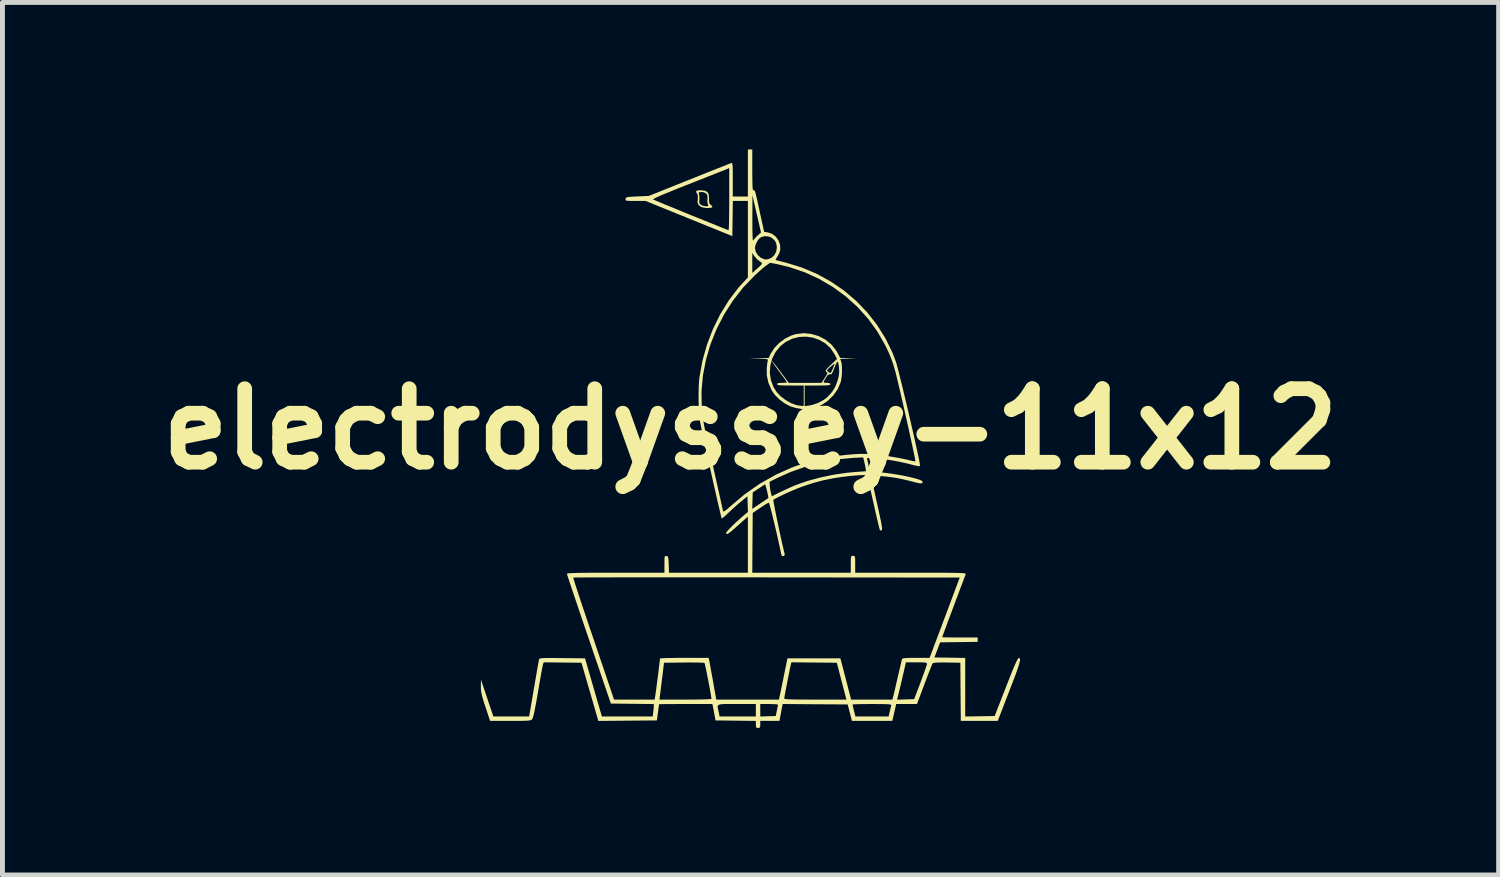
<source format=kicad_pcb>
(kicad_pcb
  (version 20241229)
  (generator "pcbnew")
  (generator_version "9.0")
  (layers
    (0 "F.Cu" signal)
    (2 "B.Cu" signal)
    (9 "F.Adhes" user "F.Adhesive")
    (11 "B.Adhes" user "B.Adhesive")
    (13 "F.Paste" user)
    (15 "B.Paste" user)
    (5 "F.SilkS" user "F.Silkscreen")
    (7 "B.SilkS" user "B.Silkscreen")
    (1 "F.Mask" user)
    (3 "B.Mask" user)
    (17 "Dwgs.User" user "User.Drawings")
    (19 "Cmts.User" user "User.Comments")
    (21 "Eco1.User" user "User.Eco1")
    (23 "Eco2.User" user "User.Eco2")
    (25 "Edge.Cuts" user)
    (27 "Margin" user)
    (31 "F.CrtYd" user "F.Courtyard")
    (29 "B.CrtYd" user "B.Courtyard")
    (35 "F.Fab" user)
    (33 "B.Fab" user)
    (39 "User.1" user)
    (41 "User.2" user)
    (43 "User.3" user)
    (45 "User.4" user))
  (footprint "electrodyssey-11x12"
    (layer "F.Cu")
    (at 12.264 5.703)
    (property "Reference" "electrodyssey-11x12" (at 0 0 0) (layer "F.SilkS") (effects (font (size 1.5 1.5) (thickness 0.3))))
    (attr board_only exclude_from_pos_files exclude_from_bom)
    (fp_poly (pts (xy -0.932 -4.862) (xy -0.879 -4.834) (xy -0.852 -4.782) (xy -0.846 -4.704) (xy -0.846 -4.7) (xy -0.846 -4.638) (xy -0.839 -4.602) (xy -0.821 -4.58) (xy -0.814 -4.576) (xy -0.786 -4.55) (xy -0.778 -4.531) (xy -0.794 -4.517) (xy -0.835 -4.51) (xy -0.89 -4.509) (xy -0.948 -4.515) (xy -0.999 -4.528) (xy -1.017 -4.536) (xy -1.063 -4.574) (xy -1.081 -4.627) (xy -1.076 -4.697) (xy -1.075 -4.765) (xy -1.092 -4.805) (xy -1.102 -4.822) (xy -1.058 -4.822) (xy -1.054 -4.799) (xy -1.051 -4.791) (xy -1.043 -4.745) (xy -1.043 -4.686) (xy -1.044 -4.676) (xy -1.047 -4.625) (xy -1.036 -4.594) (xy -1.012 -4.574) (xy -0.963 -4.552) (xy -0.91 -4.544) (xy -0.87 -4.546) (xy -0.86 -4.557) (xy -0.87 -4.582) (xy -0.881 -4.629) (xy -0.878 -4.691) (xy -0.878 -4.691) (xy -0.878 -4.761) (xy -0.905 -4.808) (xy -0.96 -4.831) (xy -0.998 -4.834) (xy -1.042 -4.832) (xy -1.058 -4.822) (xy -1.102 -4.822) (xy -1.11 -4.839) (xy -1.104 -4.859) (xy -1.071 -4.868) (xy -1.013 -4.87)) (stroke (width 0) (type solid)) (fill yes) (layer "F.SilkS"))
    (fp_poly (pts (xy 1.238 -1.94) (xy 1.388 -1.896) (xy 1.526 -1.824) (xy 1.647 -1.726) (xy 1.744 -1.606) (xy 1.772 -1.558) (xy 1.83 -1.45) (xy 1.997 -1.444) (xy 2.163 -1.438) (xy 1.996 -1.434) (xy 1.829 -1.43) (xy 1.848 -1.381) (xy 1.861 -1.323) (xy 1.866 -1.242) (xy 1.866 -1.149) (xy 1.859 -1.056) (xy 1.845 -0.976) (xy 1.84 -0.957) (xy 1.781 -0.816) (xy 1.691 -0.686) (xy 1.576 -0.574) (xy 1.475 -0.505) (xy 1.428 -0.48) (xy 1.377 -0.46) (xy 1.314 -0.441) (xy 1.231 -0.423) (xy 1.146 -0.406) (xy 1.127 -0.399) (xy 1.115 -0.385) (xy 1.107 -0.355) (xy 1.103 -0.302) (xy 1.1 -0.231) (xy 1.094 -0.063) (xy 1.09 -0.23) (xy 1.088 -0.31) (xy 1.084 -0.36) (xy 1.071 -0.39) (xy 1.042 -0.406) (xy 0.993 -0.417) (xy 0.932 -0.426) (xy 0.818 -0.46) (xy 0.701 -0.52) (xy 0.591 -0.601) (xy 0.496 -0.696) (xy 0.431 -0.79) (xy 0.365 -0.943) (xy 0.332 -1.096) (xy 0.332 -1.142) (xy 0.394 -1.142) (xy 0.416 -0.995) (xy 0.469 -0.855) (xy 0.532 -0.755) (xy 0.616 -0.666) (xy 0.719 -0.588) (xy 0.831 -0.525) (xy 0.944 -0.485) (xy 1.036 -0.472) (xy 1.086 -0.471) (xy 1.086 -0.679) (xy 1.086 -0.887) (xy 1.104 -0.887) (xy 1.104 -0.677) (xy 1.104 -0.466) (xy 1.199 -0.478) (xy 1.269 -0.493) (xy 1.349 -0.52) (xy 1.403 -0.544) (xy 1.493 -0.593) (xy 1.564 -0.646) (xy 1.629 -0.714) (xy 1.673 -0.768) (xy 1.724 -0.852) (xy 1.767 -0.955) (xy 1.798 -1.062) (xy 1.81 -1.158) (xy 1.81 -1.165) (xy 1.807 -1.235) (xy 1.8 -1.299) (xy 1.789 -1.349) (xy 1.778 -1.374) (xy 1.774 -1.376) (xy 1.762 -1.36) (xy 1.741 -1.319) (xy 1.716 -1.259) (xy 1.709 -1.241) (xy 1.682 -1.173) (xy 1.661 -1.133) (xy 1.643 -1.115) (xy 1.624 -1.114) (xy 1.621 -1.115) (xy 1.593 -1.112) (xy 1.566 -1.087) (xy 1.539 -1.046) (xy 1.511 -0.998) (xy 1.492 -0.964) (xy 1.488 -0.955) (xy 1.5 -0.947) (xy 1.537 -0.942) (xy 1.555 -0.941) (xy 1.606 -0.937) (xy 1.628 -0.923) (xy 1.629 -0.914) (xy 1.624 -0.903) (xy 1.606 -0.896) (xy 1.569 -0.891) (xy 1.509 -0.888) (xy 1.419 -0.887) (xy 1.367 -0.887) (xy 1.104 -0.887) (xy 1.086 -0.887) (xy 0.815 -0.887) (xy 0.708 -0.888) (xy 0.633 -0.889) (xy 0.584 -0.893) (xy 0.556 -0.899) (xy 0.545 -0.908) (xy 0.543 -0.914) (xy 0.552 -0.931) (xy 0.583 -0.939) (xy 0.643 -0.941) (xy 0.697 -0.943) (xy 0.733 -0.948) (xy 0.742 -0.953) (xy 0.732 -0.971) (xy 0.704 -1.013) (xy 0.661 -1.072) (xy 0.608 -1.143) (xy 0.587 -1.172) (xy 0.532 -1.246) (xy 0.487 -1.31) (xy 0.455 -1.357) (xy 0.439 -1.383) (xy 0.439 -1.386) (xy 0.451 -1.375) (xy 0.481 -1.339) (xy 0.525 -1.284) (xy 0.579 -1.213) (xy 0.613 -1.167) (xy 0.78 -0.941) (xy 1.114 -0.941) (xy 1.448 -0.941) (xy 1.514 -1.041) (xy 1.549 -1.095) (xy 1.566 -1.128) (xy 1.566 -1.147) (xy 1.552 -1.162) (xy 1.548 -1.166) (xy 1.535 -1.179) (xy 1.534 -1.185) (xy 1.564 -1.185) (xy 1.581 -1.169) (xy 1.583 -1.168) (xy 1.615 -1.147) (xy 1.63 -1.141) (xy 1.643 -1.156) (xy 1.664 -1.195) (xy 1.681 -1.234) (xy 1.702 -1.286) (xy 1.714 -1.322) (xy 1.716 -1.332) (xy 1.701 -1.324) (xy 1.667 -1.297) (xy 1.629 -1.266) (xy 1.585 -1.226) (xy 1.564 -1.202) (xy 1.564 -1.185) (xy 1.534 -1.185) (xy 1.534 -1.194) (xy 1.55 -1.218) (xy 1.585 -1.256) (xy 1.64 -1.309) (xy 1.765 -1.428) (xy 1.713 -1.529) (xy 1.632 -1.65) (xy 1.528 -1.746) (xy 1.407 -1.817) (xy 1.273 -1.864) (xy 1.133 -1.884) (xy 0.991 -1.877) (xy 0.852 -1.842) (xy 0.722 -1.779) (xy 0.608 -1.69) (xy 0.51 -1.57) (xy 0.442 -1.435) (xy 0.403 -1.29) (xy 0.394 -1.142) (xy 0.332 -1.142) (xy 0.331 -1.23) (xy 0.337 -1.301) (xy 0.345 -1.36) (xy 0.352 -1.396) (xy 0.353 -1.398) (xy 0.355 -1.411) (xy 0.345 -1.421) (xy 0.318 -1.427) (xy 0.267 -1.431) (xy 0.186 -1.434) (xy 0.16 -1.435) (xy -0.045 -1.441) (xy 0.163 -1.444) (xy 0.372 -1.448) (xy 0.415 -1.54) (xy 0.486 -1.652) (xy 0.585 -1.755) (xy 0.703 -1.842) (xy 0.833 -1.907) (xy 0.925 -1.936) (xy 1.082 -1.955)) (stroke (width 0) (type solid)) (fill yes) (layer "F.SilkS"))
    (fp_poly (pts (xy 0.036 -5.286) (xy 0.037 -5.151) (xy 0.038 -5.047) (xy 0.04 -4.971) (xy 0.043 -4.92) (xy 0.048 -4.889) (xy 0.055 -4.873) (xy 0.062 -4.87) (xy 0.071 -4.87) (xy 0.079 -4.868) (xy 0.086 -4.859) (xy 0.094 -4.839) (xy 0.104 -4.805) (xy 0.117 -4.752) (xy 0.135 -4.677) (xy 0.157 -4.575) (xy 0.186 -4.443) (xy 0.192 -4.414) (xy 0.278 -4.022) (xy 0.357 -4.01) (xy 0.443 -3.98) (xy 0.516 -3.923) (xy 0.571 -3.845) (xy 0.604 -3.756) (xy 0.607 -3.662) (xy 0.605 -3.647) (xy 0.587 -3.59) (xy 0.556 -3.529) (xy 0.549 -3.519) (xy 0.524 -3.478) (xy 0.511 -3.453) (xy 0.511 -3.449) (xy 0.529 -3.443) (xy 0.576 -3.43) (xy 0.644 -3.413) (xy 0.727 -3.392) (xy 0.734 -3.39) (xy 1.051 -3.293) (xy 1.353 -3.165) (xy 1.64 -3.007) (xy 1.908 -2.823) (xy 2.156 -2.613) (xy 2.381 -2.379) (xy 2.58 -2.125) (xy 2.752 -1.852) (xy 2.894 -1.562) (xy 2.966 -1.373) (xy 2.981 -1.325) (xy 3.002 -1.247) (xy 3.028 -1.145) (xy 3.059 -1.021) (xy 3.094 -0.879) (xy 3.131 -0.724) (xy 3.171 -0.56) (xy 3.211 -0.39) (xy 3.251 -0.219) (xy 3.289 -0.05) (xy 3.327 0.113) (xy 3.361 0.265) (xy 3.391 0.403) (xy 3.417 0.523) (xy 3.438 0.62) (xy 3.451 0.692) (xy 3.458 0.733) (xy 3.458 0.738) (xy 3.456 0.752) (xy 3.446 0.76) (xy 3.422 0.759) (xy 3.378 0.75) (xy 3.308 0.733) (xy 3.263 0.721) (xy 3.151 0.694) (xy 3.031 0.668) (xy 2.908 0.645) (xy 2.787 0.625) (xy 2.673 0.609) (xy 2.571 0.598) (xy 2.485 0.591) (xy 2.422 0.59) (xy 2.384 0.595) (xy 2.377 0.605) (xy 2.384 0.632) (xy 2.396 0.683) (xy 2.408 0.745) (xy 2.432 0.866) (xy 2.578 0.878) (xy 2.717 0.892) (xy 2.858 0.91) (xy 2.996 0.931) (xy 3.127 0.955) (xy 3.246 0.98) (xy 3.348 1.005) (xy 3.43 1.029) (xy 3.486 1.052) (xy 3.511 1.073) (xy 3.512 1.077) (xy 3.508 1.099) (xy 3.49 1.11) (xy 3.454 1.109) (xy 3.394 1.097) (xy 3.32 1.078) (xy 3.225 1.054) (xy 3.12 1.029) (xy 3.027 1.009) (xy 3.014 1.006) (xy 2.947 0.995) (xy 2.864 0.983) (xy 2.774 0.972) (xy 2.683 0.962) (xy 2.599 0.955) (xy 2.529 0.95) (xy 2.482 0.949) (xy 2.464 0.952) (xy 2.466 0.971) (xy 2.475 1.02) (xy 2.49 1.097) (xy 2.511 1.196) (xy 2.536 1.313) (xy 2.565 1.443) (xy 2.579 1.505) (xy 2.614 1.663) (xy 2.641 1.79) (xy 2.662 1.888) (xy 2.675 1.96) (xy 2.682 2.011) (xy 2.684 2.044) (xy 2.681 2.061) (xy 2.677 2.065) (xy 2.65 2.072) (xy 2.641 2.068) (xy 2.635 2.047) (xy 2.621 1.996) (xy 2.602 1.918) (xy 2.579 1.818) (xy 2.551 1.7) (xy 2.522 1.568) (xy 2.506 1.498) (xy 2.382 0.941) (xy 2.297 0.941) (xy 2.216 0.944) (xy 2.109 0.952) (xy 1.989 0.964) (xy 1.865 0.979) (xy 1.749 0.996) (xy 1.684 1.007) (xy 1.482 1.048) (xy 1.295 1.097) (xy 1.104 1.159) (xy 1.036 1.183) (xy 0.952 1.216) (xy 0.858 1.255) (xy 0.76 1.298) (xy 0.666 1.341) (xy 0.583 1.381) (xy 0.517 1.415) (xy 0.475 1.44) (xy 0.466 1.446) (xy 0.467 1.466) (xy 0.475 1.515) (xy 0.489 1.589) (xy 0.507 1.683) (xy 0.529 1.792) (xy 0.554 1.91) (xy 0.58 2.033) (xy 0.606 2.154) (xy 0.631 2.27) (xy 0.654 2.374) (xy 0.675 2.462) (xy 0.691 2.528) (xy 0.698 2.555) (xy 0.692 2.583) (xy 0.672 2.594) (xy 0.642 2.59) (xy 0.629 2.564) (xy 0.601 2.431) (xy 0.57 2.292) (xy 0.539 2.152) (xy 0.507 2.015) (xy 0.476 1.885) (xy 0.447 1.767) (xy 0.422 1.666) (xy 0.4 1.585) (xy 0.384 1.53) (xy 0.374 1.504) (xy 0.373 1.503) (xy 0.35 1.513) (xy 0.306 1.539) (xy 0.246 1.577) (xy 0.199 1.609) (xy 0.045 1.714) (xy 0.04 2.324) (xy 0.036 2.933) (xy 1.041 2.933) (xy 2.046 2.933) (xy 2.046 2.761) (xy 2.046 2.681) (xy 2.048 2.631) (xy 2.054 2.603) (xy 2.065 2.592) (xy 2.083 2.589) (xy 2.091 2.589) (xy 2.112 2.59) (xy 2.125 2.598) (xy 2.132 2.62) (xy 2.136 2.662) (xy 2.136 2.732) (xy 2.136 2.761) (xy 2.136 2.933) (xy 3.27 2.933) (xy 3.5 2.933) (xy 3.698 2.933) (xy 3.864 2.933) (xy 4.001 2.934) (xy 4.113 2.935) (xy 4.202 2.937) (xy 4.27 2.939) (xy 4.32 2.941) (xy 4.355 2.944) (xy 4.376 2.948) (xy 4.388 2.953) (xy 4.392 2.958) (xy 4.391 2.965) (xy 4.377 3.001) (xy 4.353 3.064) (xy 4.321 3.149) (xy 4.282 3.251) (xy 4.239 3.367) (xy 4.192 3.491) (xy 4.145 3.619) (xy 4.097 3.746) (xy 4.051 3.868) (xy 4.009 3.981) (xy 3.973 4.079) (xy 3.943 4.159) (xy 3.922 4.216) (xy 3.911 4.245) (xy 3.91 4.248) (xy 3.928 4.25) (xy 3.976 4.252) (xy 4.049 4.253) (xy 4.142 4.254) (xy 4.25 4.254) (xy 4.273 4.254) (xy 4.635 4.254) (xy 4.635 4.299) (xy 4.635 4.344) (xy 4.252 4.349) (xy 3.869 4.354) (xy 3.811 4.508) (xy 3.752 4.662) (xy 4.067 4.667) (xy 4.381 4.672) (xy 4.381 5.269) (xy 4.381 5.867) (xy 4.682 5.862) (xy 4.982 5.857) (xy 5.211 5.269) (xy 5.278 5.099) (xy 5.333 4.961) (xy 5.378 4.853) (xy 5.413 4.772) (xy 5.44 4.717) (xy 5.46 4.685) (xy 5.472 4.674) (xy 5.489 4.675) (xy 5.498 4.687) (xy 5.5 4.713) (xy 5.492 4.756) (xy 5.475 4.817) (xy 5.448 4.901) (xy 5.409 5.01) (xy 5.358 5.145) (xy 5.294 5.311) (xy 5.274 5.363) (xy 5.045 5.956) (xy 4.668 5.956) (xy 4.291 5.956) (xy 4.286 5.363) (xy 4.282 4.77) (xy 4.008 4.765) (xy 3.894 4.764) (xy 3.812 4.766) (xy 3.757 4.77) (xy 3.726 4.777) (xy 3.716 4.784) (xy 3.705 4.806) (xy 3.683 4.858) (xy 3.653 4.934) (xy 3.616 5.029) (xy 3.575 5.137) (xy 3.548 5.209) (xy 3.397 5.612) (xy 3.185 5.612) (xy 2.972 5.612) (xy 2.933 5.784) (xy 2.894 5.956) (xy 2.481 5.956) (xy 2.069 5.956) (xy 2.026 5.789) (xy 1.983 5.622) (xy 2.082 5.622) (xy 2.086 5.643) (xy 2.097 5.69) (xy 2.111 5.749) (xy 2.141 5.866) (xy 2.48 5.866) (xy 2.818 5.866) (xy 2.842 5.762) (xy 2.856 5.701) (xy 2.868 5.654) (xy 2.874 5.635) (xy 2.869 5.627) (xy 2.846 5.621) (xy 2.802 5.617) (xy 2.732 5.614) (xy 2.633 5.613) (xy 2.503 5.612) (xy 2.482 5.612) (xy 2.366 5.613) (xy 2.263 5.614) (xy 2.179 5.616) (xy 2.118 5.618) (xy 2.086 5.621) (xy 2.082 5.622) (xy 1.983 5.622) (xy 1.982 5.621) (xy 1.319 5.617) (xy 0.656 5.612) (xy 0.623 5.784) (xy 0.591 5.956) (xy 0.395 5.956) (xy 0.199 5.956) (xy 0.199 6.029) (xy 0.197 6.075) (xy 0.185 6.096) (xy 0.158 6.101) (xy 0.154 6.101) (xy 0.125 6.097) (xy 0.112 6.078) (xy 0.109 6.035) (xy 0.109 6.029) (xy 0.109 5.957) (xy -0.303 5.952) (xy -0.715 5.947) (xy -0.737 5.82) (xy -0.75 5.751) (xy -0.762 5.69) (xy -0.769 5.655) (xy -0.67 5.655) (xy -0.669 5.686) (xy -0.661 5.727) (xy -0.65 5.774) (xy -0.631 5.866) (xy -0.261 5.866) (xy 0.109 5.866) (xy 0.109 5.74) (xy 0.199 5.74) (xy 0.199 5.867) (xy 0.357 5.862) (xy 0.515 5.857) (xy 0.537 5.748) (xy 0.549 5.689) (xy 0.558 5.644) (xy 0.56 5.626) (xy 0.544 5.62) (xy 0.499 5.616) (xy 0.433 5.613) (xy 0.38 5.612) (xy 0.199 5.612) (xy 0.199 5.74) (xy 0.109 5.74) (xy 0.109 5.739) (xy 0.109 5.612) (xy -0.281 5.612) (xy -0.412 5.612) (xy -0.512 5.612) (xy -0.584 5.615) (xy -0.631 5.622) (xy -0.658 5.635) (xy -0.67 5.655) (xy -0.769 5.655) (xy -0.769 5.653) (xy -0.779 5.612) (xy -1.322 5.612) (xy -1.458 5.612) (xy -1.582 5.613) (xy -1.689 5.613) (xy -1.774 5.614) (xy -1.834 5.615) (xy -1.864 5.616) (xy -1.866 5.617) (xy -1.869 5.636) (xy -1.875 5.682) (xy -1.884 5.748) (xy -1.889 5.784) (xy -1.91 5.947) (xy -2.507 5.952) (xy -3.105 5.957) (xy -3.277 5.364) (xy -3.449 4.77) (xy -3.834 4.766) (xy -4.219 4.761) (xy -4.234 4.802) (xy -4.24 4.83) (xy -4.252 4.888) (xy -4.268 4.973) (xy -4.287 5.079) (xy -4.308 5.201) (xy -4.331 5.334) (xy -4.336 5.365) (xy -4.366 5.539) (xy -4.392 5.678) (xy -4.414 5.785) (xy -4.432 5.861) (xy -4.447 5.906) (xy -4.455 5.921) (xy -4.467 5.932) (xy -4.483 5.941) (xy -4.509 5.947) (xy -4.55 5.952) (xy -4.609 5.954) (xy -4.691 5.956) (xy -4.802 5.956) (xy -4.9 5.956) (xy -5.314 5.956) (xy -5.409 5.67) (xy -5.446 5.558) (xy -5.471 5.472) (xy -5.488 5.404) (xy -5.498 5.348) (xy -5.502 5.294) (xy -5.502 5.25) (xy -5.501 5.114) (xy -5.374 5.49) (xy -5.247 5.866) (xy -4.882 5.866) (xy -4.517 5.866) (xy -4.42 5.3) (xy -4.396 5.16) (xy -4.374 5.031) (xy -4.354 4.917) (xy -4.338 4.822) (xy -4.325 4.752) (xy -4.317 4.711) (xy -4.315 4.702) (xy -4.31 4.692) (xy -4.299 4.685) (xy -4.276 4.68) (xy -4.239 4.676) (xy -4.183 4.674) (xy -4.104 4.673) (xy -3.997 4.674) (xy -3.859 4.675) (xy -3.842 4.675) (xy -3.377 4.68) (xy -3.205 5.273) (xy -3.033 5.866) (xy -2.515 5.866) (xy -1.996 5.866) (xy -1.985 5.782) (xy -1.978 5.721) (xy -1.974 5.669) (xy -1.973 5.655) (xy -1.973 5.613) (xy -2.411 5.608) (xy -2.849 5.603) (xy -2.877 5.523) (xy 2.991 5.523) (xy 3.165 5.518) (xy 3.339 5.513) (xy 3.47 5.169) (xy 3.509 5.063) (xy 3.544 4.967) (xy 3.573 4.886) (xy 3.592 4.827) (xy 3.601 4.796) (xy 3.601 4.793) (xy 3.599 4.78) (xy 3.585 4.771) (xy 3.555 4.765) (xy 3.503 4.762) (xy 3.422 4.761) (xy 3.387 4.761) (xy 3.171 4.761) (xy 3.114 5.01) (xy 3.089 5.115) (xy 3.065 5.22) (xy 3.042 5.314) (xy 3.025 5.386) (xy 3.023 5.391) (xy 2.991 5.523) (xy -2.877 5.523) (xy -3.297 4.291) (xy -3.369 4.081) (xy -3.437 3.882) (xy -3.5 3.694) (xy -3.558 3.522) (xy -3.61 3.368) (xy -3.655 3.234) (xy -3.692 3.123) (xy -3.72 3.038) (xy -3.722 3.032) (xy -3.617 3.032) (xy -3.613 3.05) (xy -3.598 3.1) (xy -3.574 3.178) (xy -3.54 3.281) (xy -3.499 3.407) (xy -3.451 3.553) (xy -3.396 3.715) (xy -3.337 3.891) (xy -3.274 4.078) (xy -3.261 4.115) (xy -3.195 4.309) (xy -3.131 4.498) (xy -3.071 4.677) (xy -3.014 4.842) (xy -2.964 4.992) (xy -2.92 5.121) (xy -2.884 5.227) (xy -2.857 5.306) (xy -2.841 5.354) (xy -2.841 5.355) (xy -2.785 5.522) (xy -2.371 5.522) (xy -1.958 5.522) (xy -1.858 5.522) (xy -1.327 5.522) (xy -1.193 5.521) (xy -1.071 5.52) (xy -0.966 5.518) (xy -0.883 5.515) (xy -0.825 5.512) (xy -0.798 5.508) (xy -0.797 5.507) (xy -0.8 5.478) (xy -0.809 5.422) (xy -0.823 5.345) (xy -0.839 5.254) (xy -0.858 5.156) (xy -0.878 5.056) (xy -0.896 4.963) (xy -0.913 4.881) (xy -0.927 4.819) (xy -0.936 4.782) (xy -0.939 4.775) (xy -0.961 4.771) (xy -1.013 4.768) (xy -1.09 4.766) (xy -1.188 4.765) (xy -1.301 4.765) (xy -1.359 4.766) (xy -1.765 4.77) (xy -1.811 5.146) (xy -1.858 5.522) (xy -1.958 5.522) (xy -1.948 5.472) (xy -1.943 5.443) (xy -1.935 5.385) (xy -1.924 5.306) (xy -1.912 5.212) (xy -1.899 5.109) (xy -1.885 5.004) (xy -1.873 4.904) (xy -1.862 4.815) (xy -1.853 4.744) (xy -1.848 4.698) (xy -1.847 4.683) (xy -1.829 4.68) (xy -1.78 4.677) (xy -1.705 4.674) (xy -1.606 4.673) (xy -1.49 4.671) (xy -1.362 4.671) (xy -1.351 4.671) (xy -0.855 4.671) (xy -0.845 4.712) (xy -0.839 4.741) (xy -0.828 4.8) (xy -0.813 4.883) (xy -0.795 4.984) (xy -0.774 5.098) (xy -0.767 5.137) (xy -0.699 5.522) (xy -0.06 5.522) (xy 0.579 5.522) (xy 0.585 5.498) (xy 0.688 5.498) (xy 0.694 5.504) (xy 0.714 5.51) (xy 0.751 5.514) (xy 0.808 5.517) (xy 0.888 5.519) (xy 0.995 5.521) (xy 1.131 5.521) (xy 1.3 5.522) (xy 1.322 5.522) (xy 1.956 5.522) (xy 1.944 5.472) (xy 1.935 5.439) (xy 1.919 5.378) (xy 1.898 5.295) (xy 1.872 5.196) (xy 1.846 5.097) (xy 1.761 4.77) (xy 1.298 4.766) (xy 0.834 4.761) (xy 0.824 4.802) (xy 0.814 4.847) (xy 0.799 4.916) (xy 0.782 5.002) (xy 0.763 5.098) (xy 0.744 5.196) (xy 0.725 5.291) (xy 0.709 5.376) (xy 0.697 5.443) (xy 0.689 5.486) (xy 0.688 5.498) (xy 0.585 5.498) (xy 0.589 5.481) (xy 0.595 5.452) (xy 0.608 5.393) (xy 0.625 5.31) (xy 0.646 5.209) (xy 0.669 5.097) (xy 0.676 5.06) (xy 0.754 4.68) (xy 1.294 4.68) (xy 1.834 4.68) (xy 1.944 5.101) (xy 2.053 5.522) (xy 2.474 5.522) (xy 2.895 5.522) (xy 2.913 5.454) (xy 2.923 5.414) (xy 2.939 5.347) (xy 2.96 5.258) (xy 2.983 5.156) (xy 3.005 5.06) (xy 3.03 4.954) (xy 3.052 4.86) (xy 3.07 4.782) (xy 3.083 4.727) (xy 3.089 4.703) (xy 3.096 4.69) (xy 3.112 4.682) (xy 3.142 4.676) (xy 3.192 4.673) (xy 3.267 4.671) (xy 3.372 4.671) (xy 3.376 4.671) (xy 3.654 4.671) (xy 3.7 4.549) (xy 3.717 4.505) (xy 3.744 4.431) (xy 3.781 4.333) (xy 3.826 4.214) (xy 3.877 4.079) (xy 3.932 3.932) (xy 3.99 3.777) (xy 4.008 3.729) (xy 4.269 3.032) (xy 0.33 3.028) (xy -0.045 3.027) (xy -0.41 3.027) (xy -0.764 3.027) (xy -1.106 3.027) (xy -1.432 3.027) (xy -1.743 3.027) (xy -2.036 3.027) (xy -2.309 3.027) (xy -2.561 3.027) (xy -2.79 3.028) (xy -2.994 3.028) (xy -3.173 3.029) (xy -3.324 3.029) (xy -3.445 3.03) (xy -3.536 3.03) (xy -3.594 3.031) (xy -3.617 3.032) (xy -3.617 3.032) (xy -3.722 3.032) (xy -3.739 2.982) (xy -3.746 2.956) (xy -3.746 2.955) (xy -3.74 2.95) (xy -3.717 2.946) (xy -3.677 2.942) (xy -3.616 2.94) (xy -3.533 2.937) (xy -3.424 2.935) (xy -3.288 2.934) (xy -3.123 2.933) (xy -2.925 2.933) (xy -2.752 2.933) (xy -1.756 2.933) (xy -1.756 2.76) (xy -1.756 2.68) (xy -1.754 2.629) (xy -1.748 2.602) (xy -1.738 2.592) (xy -1.721 2.591) (xy -1.715 2.592) (xy -1.696 2.597) (xy -1.684 2.61) (xy -1.677 2.639) (xy -1.672 2.689) (xy -1.669 2.765) (xy -1.664 2.933) (xy -0.859 2.933) (xy -0.054 2.933) (xy -0.054 2.36) (xy -0.054 1.788) (xy -0.123 1.849) (xy -0.168 1.889) (xy -0.229 1.944) (xy -0.296 2.003) (xy -0.323 2.028) (xy -0.394 2.089) (xy -0.443 2.126) (xy -0.475 2.142) (xy -0.493 2.14) (xy -0.501 2.126) (xy -0.491 2.106) (xy -0.459 2.067) (xy -0.407 2.013) (xy -0.343 1.949) (xy -0.269 1.88) (xy -0.19 1.809) (xy -0.149 1.774) (xy -0.053 1.693) (xy -0.055 1.631) (xy 0.035 1.631) (xy 0.2 1.52) (xy 0.365 1.409) (xy 0.352 1.335) (xy 0.338 1.267) (xy 0.321 1.2) (xy 0.319 1.193) (xy 0.299 1.127) (xy 0.172 1.211) (xy 0.045 1.295) (xy 0.04 1.463) (xy 0.035 1.631) (xy -0.055 1.631) (xy -0.058 1.533) (xy -0.063 1.374) (xy -0.19 1.477) (xy -0.263 1.539) (xy -0.347 1.614) (xy -0.426 1.687) (xy -0.448 1.708) (xy -0.503 1.76) (xy -0.549 1.8) (xy -0.579 1.823) (xy -0.588 1.826) (xy -0.594 1.807) (xy -0.607 1.756) (xy -0.625 1.677) (xy -0.649 1.575) (xy -0.678 1.453) (xy -0.709 1.315) (xy -0.743 1.165) (xy -0.779 1.006) (xy -0.815 0.844) (xy -0.851 0.681) (xy -0.886 0.521) (xy -0.92 0.369) (xy -0.95 0.228) (xy -0.977 0.102) (xy -1 -0.005) (xy -1.017 -0.089) (xy -1.029 -0.146) (xy -1.031 -0.163) (xy -1.044 -0.273) (xy -1.053 -0.409) (xy -1.059 -0.559) (xy -1.06 -0.712) (xy -1.058 -0.768) (xy -1 -0.768) (xy -0.996 -0.471) (xy -0.991 -0.409) (xy -0.987 -0.353) (xy -0.982 -0.301) (xy -0.976 -0.248) (xy -0.968 -0.191) (xy -0.957 -0.127) (xy -0.943 -0.053) (xy -0.925 0.036) (xy -0.903 0.142) (xy -0.875 0.269) (xy -0.841 0.421) (xy -0.801 0.6) (xy -0.754 0.811) (xy -0.744 0.855) (xy -0.706 1.021) (xy -0.672 1.176) (xy -0.64 1.316) (xy -0.613 1.438) (xy -0.591 1.538) (xy -0.574 1.614) (xy -0.564 1.66) (xy -0.561 1.674) (xy -0.55 1.685) (xy -0.515 1.667) (xy -0.458 1.621) (xy -0.411 1.579) (xy -0.117 1.331) (xy 0.195 1.114) (xy 0.261 1.077) (xy 0.389 1.077) (xy 0.392 1.152) (xy 0.4 1.222) (xy 0.414 1.293) (xy 0.415 1.3) (xy 0.435 1.373) (xy 0.611 1.286) (xy 0.704 1.242) (xy 0.803 1.197) (xy 0.893 1.157) (xy 0.929 1.143) (xy 1.159 1.062) (xy 1.412 0.993) (xy 1.679 0.936) (xy 1.946 0.896) (xy 2.161 0.876) (xy 2.357 0.863) (xy 2.346 0.789) (xy 2.333 0.721) (xy 2.318 0.654) (xy 2.316 0.648) (xy 2.298 0.58) (xy 2.106 0.589) (xy 1.789 0.618) (xy 1.463 0.678) (xy 1.138 0.765) (xy 0.82 0.877) (xy 0.543 1.001) (xy 0.389 1.077) (xy 0.261 1.077) (xy 0.525 0.929) (xy 0.874 0.774) (xy 1.24 0.651) (xy 1.387 0.615) (xy 1.559 0.582) (xy 1.746 0.553) (xy 1.938 0.53) (xy 2.124 0.514) (xy 2.254 0.508) (xy 2.376 0.51) (xy 2.523 0.52) (xy 2.686 0.538) (xy 2.855 0.562) (xy 3.02 0.59) (xy 3.173 0.621) (xy 3.258 0.642) (xy 3.313 0.655) (xy 3.352 0.661) (xy 3.365 0.66) (xy 3.363 0.641) (xy 3.354 0.591) (xy 3.338 0.514) (xy 3.317 0.413) (xy 3.291 0.293) (xy 3.261 0.157) (xy 3.229 0.01) (xy 3.195 -0.144) (xy 3.159 -0.301) (xy 3.124 -0.458) (xy 3.089 -0.61) (xy 3.056 -0.754) (xy 3.025 -0.885) (xy 2.998 -0.999) (xy 2.975 -1.093) (xy 2.958 -1.163) (xy 2.951 -1.186) (xy 2.912 -1.32) (xy 2.872 -1.433) (xy 2.828 -1.541) (xy 2.773 -1.659) (xy 2.75 -1.706) (xy 2.589 -1.987) (xy 2.4 -2.248) (xy 2.183 -2.489) (xy 1.943 -2.706) (xy 1.68 -2.898) (xy 1.399 -3.063) (xy 1.102 -3.199) (xy 0.79 -3.304) (xy 0.549 -3.362) (xy 0.399 -3.391) (xy 0.328 -3.341) (xy 0.287 -3.31) (xy 0.228 -3.26) (xy 0.158 -3.198) (xy 0.085 -3.131) (xy 0.078 -3.124) (xy -0.153 -2.883) (xy -0.359 -2.619) (xy -0.539 -2.337) (xy -0.692 -2.04) (xy -0.816 -1.731) (xy -0.909 -1.414) (xy -0.971 -1.091) (xy -1 -0.768) (xy -1.058 -0.768) (xy -1.057 -0.859) (xy -1.049 -0.988) (xy -1.041 -1.061) (xy -0.98 -1.395) (xy -0.888 -1.722) (xy -0.767 -2.037) (xy -0.619 -2.338) (xy -0.447 -2.618) (xy -0.252 -2.875) (xy -0.158 -2.98) (xy -0.054 -3.091) (xy -0.054 -3.184) (xy 0.036 -3.184) (xy 0.145 -3.28) (xy 0.198 -3.329) (xy 0.227 -3.361) (xy 0.235 -3.381) (xy 0.225 -3.394) (xy 0.224 -3.395) (xy 0.131 -3.465) (xy 0.07 -3.538) (xy 0.036 -3.594) (xy 0.036 -3.389) (xy 0.036 -3.184) (xy -0.054 -3.184) (xy -0.054 -3.692) (xy 0.091 -3.692) (xy 0.107 -3.616) (xy 0.149 -3.547) (xy 0.211 -3.493) (xy 0.282 -3.462) (xy 0.317 -3.458) (xy 0.371 -3.468) (xy 0.425 -3.491) (xy 0.427 -3.492) (xy 0.488 -3.549) (xy 0.526 -3.625) (xy 0.538 -3.71) (xy 0.523 -3.793) (xy 0.495 -3.845) (xy 0.437 -3.899) (xy 0.363 -3.929) (xy 0.285 -3.934) (xy 0.213 -3.912) (xy 0.18 -3.888) (xy 0.139 -3.834) (xy 0.106 -3.766) (xy 0.091 -3.701) (xy 0.091 -3.692) (xy -0.054 -3.692) (xy -0.054 -3.872) (xy -0.054 -4.291) (xy 0.038 -4.291) (xy 0.038 -4.138) (xy 0.039 -4.019) (xy 0.042 -3.933) (xy 0.045 -3.876) (xy 0.05 -3.848) (xy 0.056 -3.846) (xy 0.056 -3.847) (xy 0.081 -3.88) (xy 0.121 -3.924) (xy 0.145 -3.947) (xy 0.214 -4.01) (xy 0.126 -4.39) (xy 0.039 -4.77) (xy 0.038 -4.291) (xy -0.054 -4.291) (xy -0.054 -4.653) (xy -0.208 -4.653) (xy -0.361 -4.653) (xy -0.366 -4.294) (xy -0.371 -3.935) (xy -1.256 -4.294) (xy -2.142 -4.653) (xy -2.348 -4.653) (xy -2.437 -4.653) (xy -2.496 -4.655) (xy -2.53 -4.659) (xy -2.547 -4.667) (xy -2.551 -4.679) (xy -2.55 -4.683) (xy -1.989 -4.683) (xy -1.967 -4.674) (xy -1.917 -4.652) (xy -1.841 -4.62) (xy -1.745 -4.58) (xy -1.631 -4.534) (xy -1.505 -4.482) (xy -1.371 -4.427) (xy -1.232 -4.37) (xy -1.092 -4.314) (xy -0.956 -4.259) (xy -0.828 -4.207) (xy -0.712 -4.16) (xy -0.612 -4.12) (xy -0.533 -4.088) (xy -0.477 -4.067) (xy -0.45 -4.057) (xy -0.448 -4.056) (xy -0.445 -4.074) (xy -0.442 -4.123) (xy -0.439 -4.2) (xy -0.437 -4.301) (xy -0.436 -4.423) (xy -0.435 -4.559) (xy -0.434 -4.689) (xy -0.434 -5.323) (xy -0.493 -5.299) (xy -0.522 -5.287) (xy -0.581 -5.263) (xy -0.666 -5.23) (xy -0.774 -5.187) (xy -0.899 -5.138) (xy -1.04 -5.082) (xy -1.191 -5.022) (xy -1.283 -4.986) (xy -1.483 -4.907) (xy -1.65 -4.839) (xy -1.785 -4.784) (xy -1.885 -4.74) (xy -1.952 -4.709) (xy -1.986 -4.689) (xy -1.989 -4.683) (xy -2.55 -4.683) (xy -2.549 -4.693) (xy -2.545 -4.71) (xy -2.535 -4.722) (xy -2.512 -4.73) (xy -2.47 -4.736) (xy -2.405 -4.74) (xy -2.309 -4.745) (xy -2.308 -4.745) (xy -2.073 -4.756) (xy -1.249 -5.086) (xy -1.085 -5.151) (xy -0.931 -5.213) (xy -0.789 -5.27) (xy -0.664 -5.319) (xy -0.559 -5.361) (xy -0.476 -5.394) (xy -0.42 -5.416) (xy -0.395 -5.425) (xy -0.394 -5.426) (xy -0.383 -5.427) (xy -0.375 -5.419) (xy -0.369 -5.398) (xy -0.365 -5.36) (xy -0.363 -5.299) (xy -0.362 -5.211) (xy -0.362 -5.092) (xy -0.362 -5.089) (xy -0.362 -4.743) (xy -0.208 -4.743) (xy -0.054 -4.743) (xy -0.054 -5.223) (xy -0.054 -5.703) (xy -0.009 -5.703) (xy 0.036 -5.703)) (stroke (width 0) (type solid)) (fill yes) (layer "F.SilkS")))
  (gr_rect
    (start -3 -3)
    (end 27.529 14.804)
    (stroke (width 0.1) (type default))
    (fill no)
    (layer "Edge.Cuts")))
</source>
